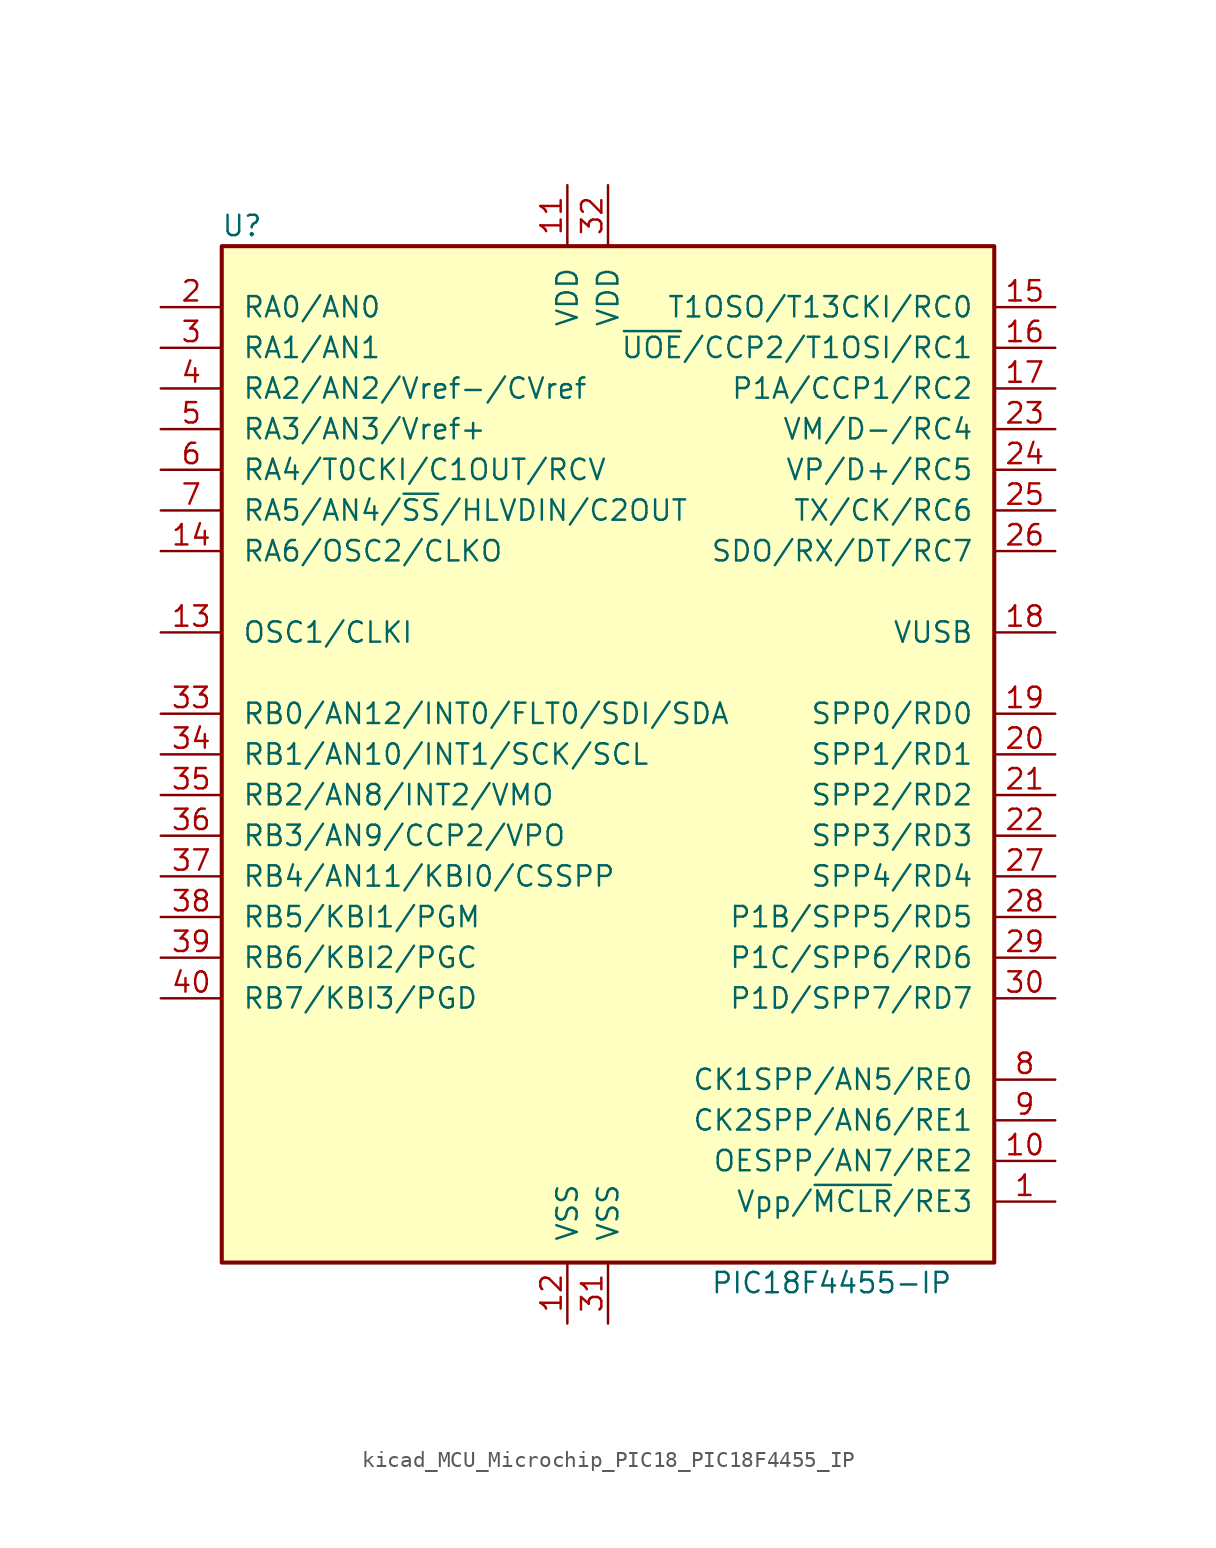
<source format=kicad_sym>
(kicad_symbol_lib
  (version 20220914)
  (generator kicad_symbol_editor)
  (symbol "kicad_MCU_Microchip_PIC18_PIC18F4455_IP"
    (pin_names
      (offset 1.27))
    (property "Reference" "U"
      (at -22.86 33.02 0)
      (effects (font (size 1.27 1.27))))
    (property "Value" "PIC18F4455-IP"
      (at 13.97 -33.02 0)
      (effects (font (size 1.27 1.27))))
    (symbol "kicad_MCU_Microchip_PIC18_PIC18F4455_IP_0_1"
      (rectangle (start -24.13 31.75) (end 24.13 -31.75) (stroke (width 0.254) (type default)) (fill (type background))))
    (symbol "kicad_MCU_Microchip_PIC18_PIC18F4455_IP_1_1"
      (pin input line (at 27.94 -27.94 180) (length 3.81) (name "Vpp/~{MCLR}/RE3" (effects (font (size 1.27 1.27)))) (number "1" (effects (font (size 1.27 1.27)))))
      (pin bidirectional line (at 27.94 -25.4 180) (length 3.81) (name "OESPP/AN7/RE2" (effects (font (size 1.27 1.27)))) (number "10" (effects (font (size 1.27 1.27)))))
      (pin power_in line (at -2.54 35.56 270) (length 3.81) (name "VDD" (effects (font (size 1.27 1.27)))) (number "11" (effects (font (size 1.27 1.27)))))
      (pin power_in line (at -2.54 -35.56 90) (length 3.81) (name "VSS" (effects (font (size 1.27 1.27)))) (number "12" (effects (font (size 1.27 1.27)))))
      (pin input line (at -27.94 7.62 0) (length 3.81) (name "OSC1/CLKI" (effects (font (size 1.27 1.27)))) (number "13" (effects (font (size 1.27 1.27)))))
      (pin output line (at -27.94 12.7 0) (length 3.81) (name "RA6/OSC2/CLKO" (effects (font (size 1.27 1.27)))) (number "14" (effects (font (size 1.27 1.27)))))
      (pin bidirectional line (at 27.94 27.94 180) (length 3.81) (name "T1OSO/T13CKI/RC0" (effects (font (size 1.27 1.27)))) (number "15" (effects (font (size 1.27 1.27)))))
      (pin bidirectional line (at 27.94 25.4 180) (length 3.81) (name "~{UOE}/CCP2/T1OSI/RC1" (effects (font (size 1.27 1.27)))) (number "16" (effects (font (size 1.27 1.27)))))
      (pin bidirectional line (at 27.94 22.86 180) (length 3.81) (name "P1A/CCP1/RC2" (effects (font (size 1.27 1.27)))) (number "17" (effects (font (size 1.27 1.27)))))
      (pin bidirectional line (at 27.94 7.62 180) (length 3.81) (name "VUSB" (effects (font (size 1.27 1.27)))) (number "18" (effects (font (size 1.27 1.27)))))
      (pin bidirectional line (at 27.94 2.54 180) (length 3.81) (name "SPP0/RD0" (effects (font (size 1.27 1.27)))) (number "19" (effects (font (size 1.27 1.27)))))
      (pin bidirectional line (at -27.94 27.94 0) (length 3.81) (name "RA0/AN0" (effects (font (size 1.27 1.27)))) (number "2" (effects (font (size 1.27 1.27)))))
      (pin bidirectional line (at 27.94 0 180) (length 3.81) (name "SPP1/RD1" (effects (font (size 1.27 1.27)))) (number "20" (effects (font (size 1.27 1.27)))))
      (pin bidirectional line (at 27.94 -2.54 180) (length 3.81) (name "SPP2/RD2" (effects (font (size 1.27 1.27)))) (number "21" (effects (font (size 1.27 1.27)))))
      (pin bidirectional line (at 27.94 -5.08 180) (length 3.81) (name "SPP3/RD3" (effects (font (size 1.27 1.27)))) (number "22" (effects (font (size 1.27 1.27)))))
      (pin bidirectional line (at 27.94 20.32 180) (length 3.81) (name "VM/D-/RC4" (effects (font (size 1.27 1.27)))) (number "23" (effects (font (size 1.27 1.27)))))
      (pin bidirectional line (at 27.94 17.78 180) (length 3.81) (name "VP/D+/RC5" (effects (font (size 1.27 1.27)))) (number "24" (effects (font (size 1.27 1.27)))))
      (pin bidirectional line (at 27.94 15.24 180) (length 3.81) (name "TX/CK/RC6" (effects (font (size 1.27 1.27)))) (number "25" (effects (font (size 1.27 1.27)))))
      (pin bidirectional line (at 27.94 12.7 180) (length 3.81) (name "SDO/RX/DT/RC7" (effects (font (size 1.27 1.27)))) (number "26" (effects (font (size 1.27 1.27)))))
      (pin bidirectional line (at 27.94 -7.62 180) (length 3.81) (name "SPP4/RD4" (effects (font (size 1.27 1.27)))) (number "27" (effects (font (size 1.27 1.27)))))
      (pin bidirectional line (at 27.94 -10.16 180) (length 3.81) (name "P1B/SPP5/RD5" (effects (font (size 1.27 1.27)))) (number "28" (effects (font (size 1.27 1.27)))))
      (pin bidirectional line (at 27.94 -12.7 180) (length 3.81) (name "P1C/SPP6/RD6" (effects (font (size 1.27 1.27)))) (number "29" (effects (font (size 1.27 1.27)))))
      (pin bidirectional line (at -27.94 25.4 0) (length 3.81) (name "RA1/AN1" (effects (font (size 1.27 1.27)))) (number "3" (effects (font (size 1.27 1.27)))))
      (pin bidirectional line (at 27.94 -15.24 180) (length 3.81) (name "P1D/SPP7/RD7" (effects (font (size 1.27 1.27)))) (number "30" (effects (font (size 1.27 1.27)))))
      (pin power_in line (at 0 -35.56 90) (length 3.81) (name "VSS" (effects (font (size 1.27 1.27)))) (number "31" (effects (font (size 1.27 1.27)))))
      (pin power_in line (at 0 35.56 270) (length 3.81) (name "VDD" (effects (font (size 1.27 1.27)))) (number "32" (effects (font (size 1.27 1.27)))))
      (pin bidirectional line (at -27.94 2.54 0) (length 3.81) (name "RB0/AN12/INT0/FLT0/SDI/SDA" (effects (font (size 1.27 1.27)))) (number "33" (effects (font (size 1.27 1.27)))))
      (pin bidirectional line (at -27.94 0 0) (length 3.81) (name "RB1/AN10/INT1/SCK/SCL" (effects (font (size 1.27 1.27)))) (number "34" (effects (font (size 1.27 1.27)))))
      (pin bidirectional line (at -27.94 -2.54 0) (length 3.81) (name "RB2/AN8/INT2/VMO" (effects (font (size 1.27 1.27)))) (number "35" (effects (font (size 1.27 1.27)))))
      (pin bidirectional line (at -27.94 -5.08 0) (length 3.81) (name "RB3/AN9/CCP2/VPO" (effects (font (size 1.27 1.27)))) (number "36" (effects (font (size 1.27 1.27)))))
      (pin bidirectional line (at -27.94 -7.62 0) (length 3.81) (name "RB4/AN11/KBI0/CSSPP" (effects (font (size 1.27 1.27)))) (number "37" (effects (font (size 1.27 1.27)))))
      (pin bidirectional line (at -27.94 -10.16 0) (length 3.81) (name "RB5/KBI1/PGM" (effects (font (size 1.27 1.27)))) (number "38" (effects (font (size 1.27 1.27)))))
      (pin bidirectional line (at -27.94 -12.7 0) (length 3.81) (name "RB6/KBI2/PGC" (effects (font (size 1.27 1.27)))) (number "39" (effects (font (size 1.27 1.27)))))
      (pin bidirectional line (at -27.94 22.86 0) (length 3.81) (name "RA2/AN2/Vref-/CVref" (effects (font (size 1.27 1.27)))) (number "4" (effects (font (size 1.27 1.27)))))
      (pin bidirectional line (at -27.94 -15.24 0) (length 3.81) (name "RB7/KBI3/PGD" (effects (font (size 1.27 1.27)))) (number "40" (effects (font (size 1.27 1.27)))))
      (pin bidirectional line (at -27.94 20.32 0) (length 3.81) (name "RA3/AN3/Vref+" (effects (font (size 1.27 1.27)))) (number "5" (effects (font (size 1.27 1.27)))))
      (pin bidirectional line (at -27.94 17.78 0) (length 3.81) (name "RA4/T0CKI/C1OUT/RCV" (effects (font (size 1.27 1.27)))) (number "6" (effects (font (size 1.27 1.27)))))
      (pin bidirectional line (at -27.94 15.24 0) (length 3.81) (name "RA5/AN4/~{SS}/HLVDIN/C2OUT" (effects (font (size 1.27 1.27)))) (number "7" (effects (font (size 1.27 1.27)))))
      (pin bidirectional line (at 27.94 -20.32 180) (length 3.81) (name "CK1SPP/AN5/RE0" (effects (font (size 1.27 1.27)))) (number "8" (effects (font (size 1.27 1.27)))))
      (pin bidirectional line (at 27.94 -22.86 180) (length 3.81) (name "CK2SPP/AN6/RE1" (effects (font (size 1.27 1.27)))) (number "9" (effects (font (size 1.27 1.27))))))))
</source>
